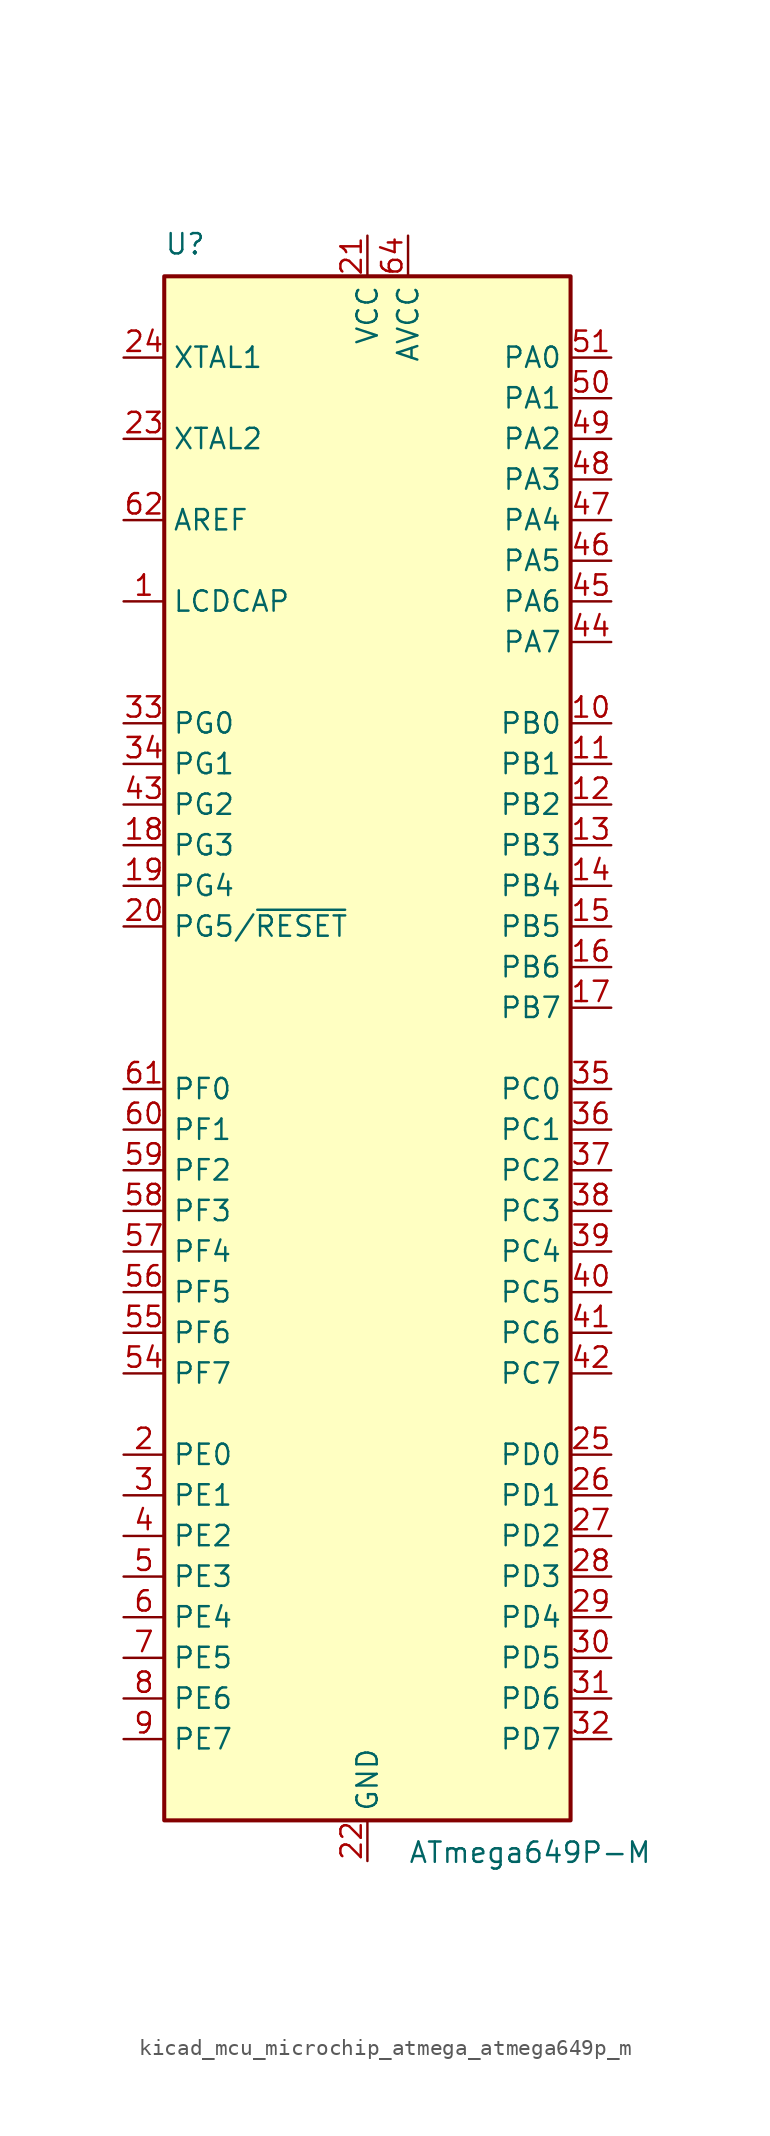
<source format=kicad_sym>
(kicad_symbol_lib
  (version 20220914)
  (generator kicad_symbol_editor)
  (symbol "kicad_mcu_microchip_atmega_atmega649p_m"
    (property "Reference" "U"
      (at -12.7 49.53 0)
      (effects (font (size 1.27 1.27)) (justify left bottom)))
    (property "Value" "ATmega649P-M"
      (at 2.54 -49.53 0)
      (effects (font (size 1.27 1.27)) (justify left top)))
    (symbol "kicad_mcu_microchip_atmega_atmega649p_m_0_1"
      (rectangle (start -12.7 -48.26) (end 12.7 48.26) (stroke (width 0.254) (type default)) (fill (type background))))
    (symbol "kicad_mcu_microchip_atmega_atmega649p_m_1_1"
      (pin passive line (at -15.24 27.94 0) (length 2.54) (name "LCDCAP" (effects (font (size 1.27 1.27)))) (number "1" (effects (font (size 1.27 1.27)))))
      (pin bidirectional line (at 15.24 20.32 180) (length 2.54) (name "PB0" (effects (font (size 1.27 1.27)))) (number "10" (effects (font (size 1.27 1.27)))))
      (pin bidirectional line (at 15.24 17.78 180) (length 2.54) (name "PB1" (effects (font (size 1.27 1.27)))) (number "11" (effects (font (size 1.27 1.27)))))
      (pin bidirectional line (at 15.24 15.24 180) (length 2.54) (name "PB2" (effects (font (size 1.27 1.27)))) (number "12" (effects (font (size 1.27 1.27)))))
      (pin bidirectional line (at 15.24 12.7 180) (length 2.54) (name "PB3" (effects (font (size 1.27 1.27)))) (number "13" (effects (font (size 1.27 1.27)))))
      (pin bidirectional line (at 15.24 10.16 180) (length 2.54) (name "PB4" (effects (font (size 1.27 1.27)))) (number "14" (effects (font (size 1.27 1.27)))))
      (pin bidirectional line (at 15.24 7.62 180) (length 2.54) (name "PB5" (effects (font (size 1.27 1.27)))) (number "15" (effects (font (size 1.27 1.27)))))
      (pin bidirectional line (at 15.24 5.08 180) (length 2.54) (name "PB6" (effects (font (size 1.27 1.27)))) (number "16" (effects (font (size 1.27 1.27)))))
      (pin bidirectional line (at 15.24 2.54 180) (length 2.54) (name "PB7" (effects (font (size 1.27 1.27)))) (number "17" (effects (font (size 1.27 1.27)))))
      (pin bidirectional line (at -15.24 12.7 0) (length 2.54) (name "PG3" (effects (font (size 1.27 1.27)))) (number "18" (effects (font (size 1.27 1.27)))))
      (pin bidirectional line (at -15.24 10.16 0) (length 2.54) (name "PG4" (effects (font (size 1.27 1.27)))) (number "19" (effects (font (size 1.27 1.27)))))
      (pin bidirectional line (at -15.24 -25.4 0) (length 2.54) (name "PE0" (effects (font (size 1.27 1.27)))) (number "2" (effects (font (size 1.27 1.27)))))
      (pin bidirectional line (at -15.24 7.62 0) (length 2.54) (name "PG5/~{RESET}" (effects (font (size 1.27 1.27)))) (number "20" (effects (font (size 1.27 1.27)))))
      (pin power_in line (at 0 50.8 270) (length 2.54) (name "VCC" (effects (font (size 1.27 1.27)))) (number "21" (effects (font (size 1.27 1.27)))))
      (pin power_in line (at 0 -50.8 90) (length 2.54) (name "GND" (effects (font (size 1.27 1.27)))) (number "22" (effects (font (size 1.27 1.27)))))
      (pin output line (at -15.24 38.1 0) (length 2.54) (name "XTAL2" (effects (font (size 1.27 1.27)))) (number "23" (effects (font (size 1.27 1.27)))))
      (pin input line (at -15.24 43.18 0) (length 2.54) (name "XTAL1" (effects (font (size 1.27 1.27)))) (number "24" (effects (font (size 1.27 1.27)))))
      (pin bidirectional line (at 15.24 -25.4 180) (length 2.54) (name "PD0" (effects (font (size 1.27 1.27)))) (number "25" (effects (font (size 1.27 1.27)))))
      (pin bidirectional line (at 15.24 -27.94 180) (length 2.54) (name "PD1" (effects (font (size 1.27 1.27)))) (number "26" (effects (font (size 1.27 1.27)))))
      (pin bidirectional line (at 15.24 -30.48 180) (length 2.54) (name "PD2" (effects (font (size 1.27 1.27)))) (number "27" (effects (font (size 1.27 1.27)))))
      (pin bidirectional line (at 15.24 -33.02 180) (length 2.54) (name "PD3" (effects (font (size 1.27 1.27)))) (number "28" (effects (font (size 1.27 1.27)))))
      (pin bidirectional line (at 15.24 -35.56 180) (length 2.54) (name "PD4" (effects (font (size 1.27 1.27)))) (number "29" (effects (font (size 1.27 1.27)))))
      (pin bidirectional line (at -15.24 -27.94 0) (length 2.54) (name "PE1" (effects (font (size 1.27 1.27)))) (number "3" (effects (font (size 1.27 1.27)))))
      (pin bidirectional line (at 15.24 -38.1 180) (length 2.54) (name "PD5" (effects (font (size 1.27 1.27)))) (number "30" (effects (font (size 1.27 1.27)))))
      (pin bidirectional line (at 15.24 -40.64 180) (length 2.54) (name "PD6" (effects (font (size 1.27 1.27)))) (number "31" (effects (font (size 1.27 1.27)))))
      (pin bidirectional line (at 15.24 -43.18 180) (length 2.54) (name "PD7" (effects (font (size 1.27 1.27)))) (number "32" (effects (font (size 1.27 1.27)))))
      (pin bidirectional line (at -15.24 20.32 0) (length 2.54) (name "PG0" (effects (font (size 1.27 1.27)))) (number "33" (effects (font (size 1.27 1.27)))))
      (pin bidirectional line (at -15.24 17.78 0) (length 2.54) (name "PG1" (effects (font (size 1.27 1.27)))) (number "34" (effects (font (size 1.27 1.27)))))
      (pin bidirectional line (at 15.24 -2.54 180) (length 2.54) (name "PC0" (effects (font (size 1.27 1.27)))) (number "35" (effects (font (size 1.27 1.27)))))
      (pin bidirectional line (at 15.24 -5.08 180) (length 2.54) (name "PC1" (effects (font (size 1.27 1.27)))) (number "36" (effects (font (size 1.27 1.27)))))
      (pin bidirectional line (at 15.24 -7.62 180) (length 2.54) (name "PC2" (effects (font (size 1.27 1.27)))) (number "37" (effects (font (size 1.27 1.27)))))
      (pin bidirectional line (at 15.24 -10.16 180) (length 2.54) (name "PC3" (effects (font (size 1.27 1.27)))) (number "38" (effects (font (size 1.27 1.27)))))
      (pin bidirectional line (at 15.24 -12.7 180) (length 2.54) (name "PC4" (effects (font (size 1.27 1.27)))) (number "39" (effects (font (size 1.27 1.27)))))
      (pin bidirectional line (at -15.24 -30.48 0) (length 2.54) (name "PE2" (effects (font (size 1.27 1.27)))) (number "4" (effects (font (size 1.27 1.27)))))
      (pin bidirectional line (at 15.24 -15.24 180) (length 2.54) (name "PC5" (effects (font (size 1.27 1.27)))) (number "40" (effects (font (size 1.27 1.27)))))
      (pin bidirectional line (at 15.24 -17.78 180) (length 2.54) (name "PC6" (effects (font (size 1.27 1.27)))) (number "41" (effects (font (size 1.27 1.27)))))
      (pin bidirectional line (at 15.24 -20.32 180) (length 2.54) (name "PC7" (effects (font (size 1.27 1.27)))) (number "42" (effects (font (size 1.27 1.27)))))
      (pin bidirectional line (at -15.24 15.24 0) (length 2.54) (name "PG2" (effects (font (size 1.27 1.27)))) (number "43" (effects (font (size 1.27 1.27)))))
      (pin bidirectional line (at 15.24 25.4 180) (length 2.54) (name "PA7" (effects (font (size 1.27 1.27)))) (number "44" (effects (font (size 1.27 1.27)))))
      (pin bidirectional line (at 15.24 27.94 180) (length 2.54) (name "PA6" (effects (font (size 1.27 1.27)))) (number "45" (effects (font (size 1.27 1.27)))))
      (pin bidirectional line (at 15.24 30.48 180) (length 2.54) (name "PA5" (effects (font (size 1.27 1.27)))) (number "46" (effects (font (size 1.27 1.27)))))
      (pin bidirectional line (at 15.24 33.02 180) (length 2.54) (name "PA4" (effects (font (size 1.27 1.27)))) (number "47" (effects (font (size 1.27 1.27)))))
      (pin bidirectional line (at 15.24 35.56 180) (length 2.54) (name "PA3" (effects (font (size 1.27 1.27)))) (number "48" (effects (font (size 1.27 1.27)))))
      (pin bidirectional line (at 15.24 38.1 180) (length 2.54) (name "PA2" (effects (font (size 1.27 1.27)))) (number "49" (effects (font (size 1.27 1.27)))))
      (pin bidirectional line (at -15.24 -33.02 0) (length 2.54) (name "PE3" (effects (font (size 1.27 1.27)))) (number "5" (effects (font (size 1.27 1.27)))))
      (pin bidirectional line (at 15.24 40.64 180) (length 2.54) (name "PA1" (effects (font (size 1.27 1.27)))) (number "50" (effects (font (size 1.27 1.27)))))
      (pin bidirectional line (at 15.24 43.18 180) (length 2.54) (name "PA0" (effects (font (size 1.27 1.27)))) (number "51" (effects (font (size 1.27 1.27)))))
      (pin passive line (at 0 50.8 270) (length 2.54) hide (name "VCC" (effects (font (size 1.27 1.27)))) (number "52" (effects (font (size 1.27 1.27)))))
      (pin passive line (at 0 -50.8 90) (length 2.54) hide (name "GND" (effects (font (size 1.27 1.27)))) (number "53" (effects (font (size 1.27 1.27)))))
      (pin bidirectional line (at -15.24 -20.32 0) (length 2.54) (name "PF7" (effects (font (size 1.27 1.27)))) (number "54" (effects (font (size 1.27 1.27)))))
      (pin bidirectional line (at -15.24 -17.78 0) (length 2.54) (name "PF6" (effects (font (size 1.27 1.27)))) (number "55" (effects (font (size 1.27 1.27)))))
      (pin bidirectional line (at -15.24 -15.24 0) (length 2.54) (name "PF5" (effects (font (size 1.27 1.27)))) (number "56" (effects (font (size 1.27 1.27)))))
      (pin bidirectional line (at -15.24 -12.7 0) (length 2.54) (name "PF4" (effects (font (size 1.27 1.27)))) (number "57" (effects (font (size 1.27 1.27)))))
      (pin bidirectional line (at -15.24 -10.16 0) (length 2.54) (name "PF3" (effects (font (size 1.27 1.27)))) (number "58" (effects (font (size 1.27 1.27)))))
      (pin bidirectional line (at -15.24 -7.62 0) (length 2.54) (name "PF2" (effects (font (size 1.27 1.27)))) (number "59" (effects (font (size 1.27 1.27)))))
      (pin bidirectional line (at -15.24 -35.56 0) (length 2.54) (name "PE4" (effects (font (size 1.27 1.27)))) (number "6" (effects (font (size 1.27 1.27)))))
      (pin bidirectional line (at -15.24 -5.08 0) (length 2.54) (name "PF1" (effects (font (size 1.27 1.27)))) (number "60" (effects (font (size 1.27 1.27)))))
      (pin bidirectional line (at -15.24 -2.54 0) (length 2.54) (name "PF0" (effects (font (size 1.27 1.27)))) (number "61" (effects (font (size 1.27 1.27)))))
      (pin passive line (at -15.24 33.02 0) (length 2.54) (name "AREF" (effects (font (size 1.27 1.27)))) (number "62" (effects (font (size 1.27 1.27)))))
      (pin passive line (at 0 -50.8 90) (length 2.54) hide (name "GND" (effects (font (size 1.27 1.27)))) (number "63" (effects (font (size 1.27 1.27)))))
      (pin power_in line (at 2.54 50.8 270) (length 2.54) (name "AVCC" (effects (font (size 1.27 1.27)))) (number "64" (effects (font (size 1.27 1.27)))))
      (pin passive line (at 0 -50.8 90) (length 2.54) hide (name "GND" (effects (font (size 1.27 1.27)))) (number "65" (effects (font (size 1.27 1.27)))))
      (pin bidirectional line (at -15.24 -38.1 0) (length 2.54) (name "PE5" (effects (font (size 1.27 1.27)))) (number "7" (effects (font (size 1.27 1.27)))))
      (pin bidirectional line (at -15.24 -40.64 0) (length 2.54) (name "PE6" (effects (font (size 1.27 1.27)))) (number "8" (effects (font (size 1.27 1.27)))))
      (pin bidirectional line (at -15.24 -43.18 0) (length 2.54) (name "PE7" (effects (font (size 1.27 1.27)))) (number "9" (effects (font (size 1.27 1.27))))))))
</source>
